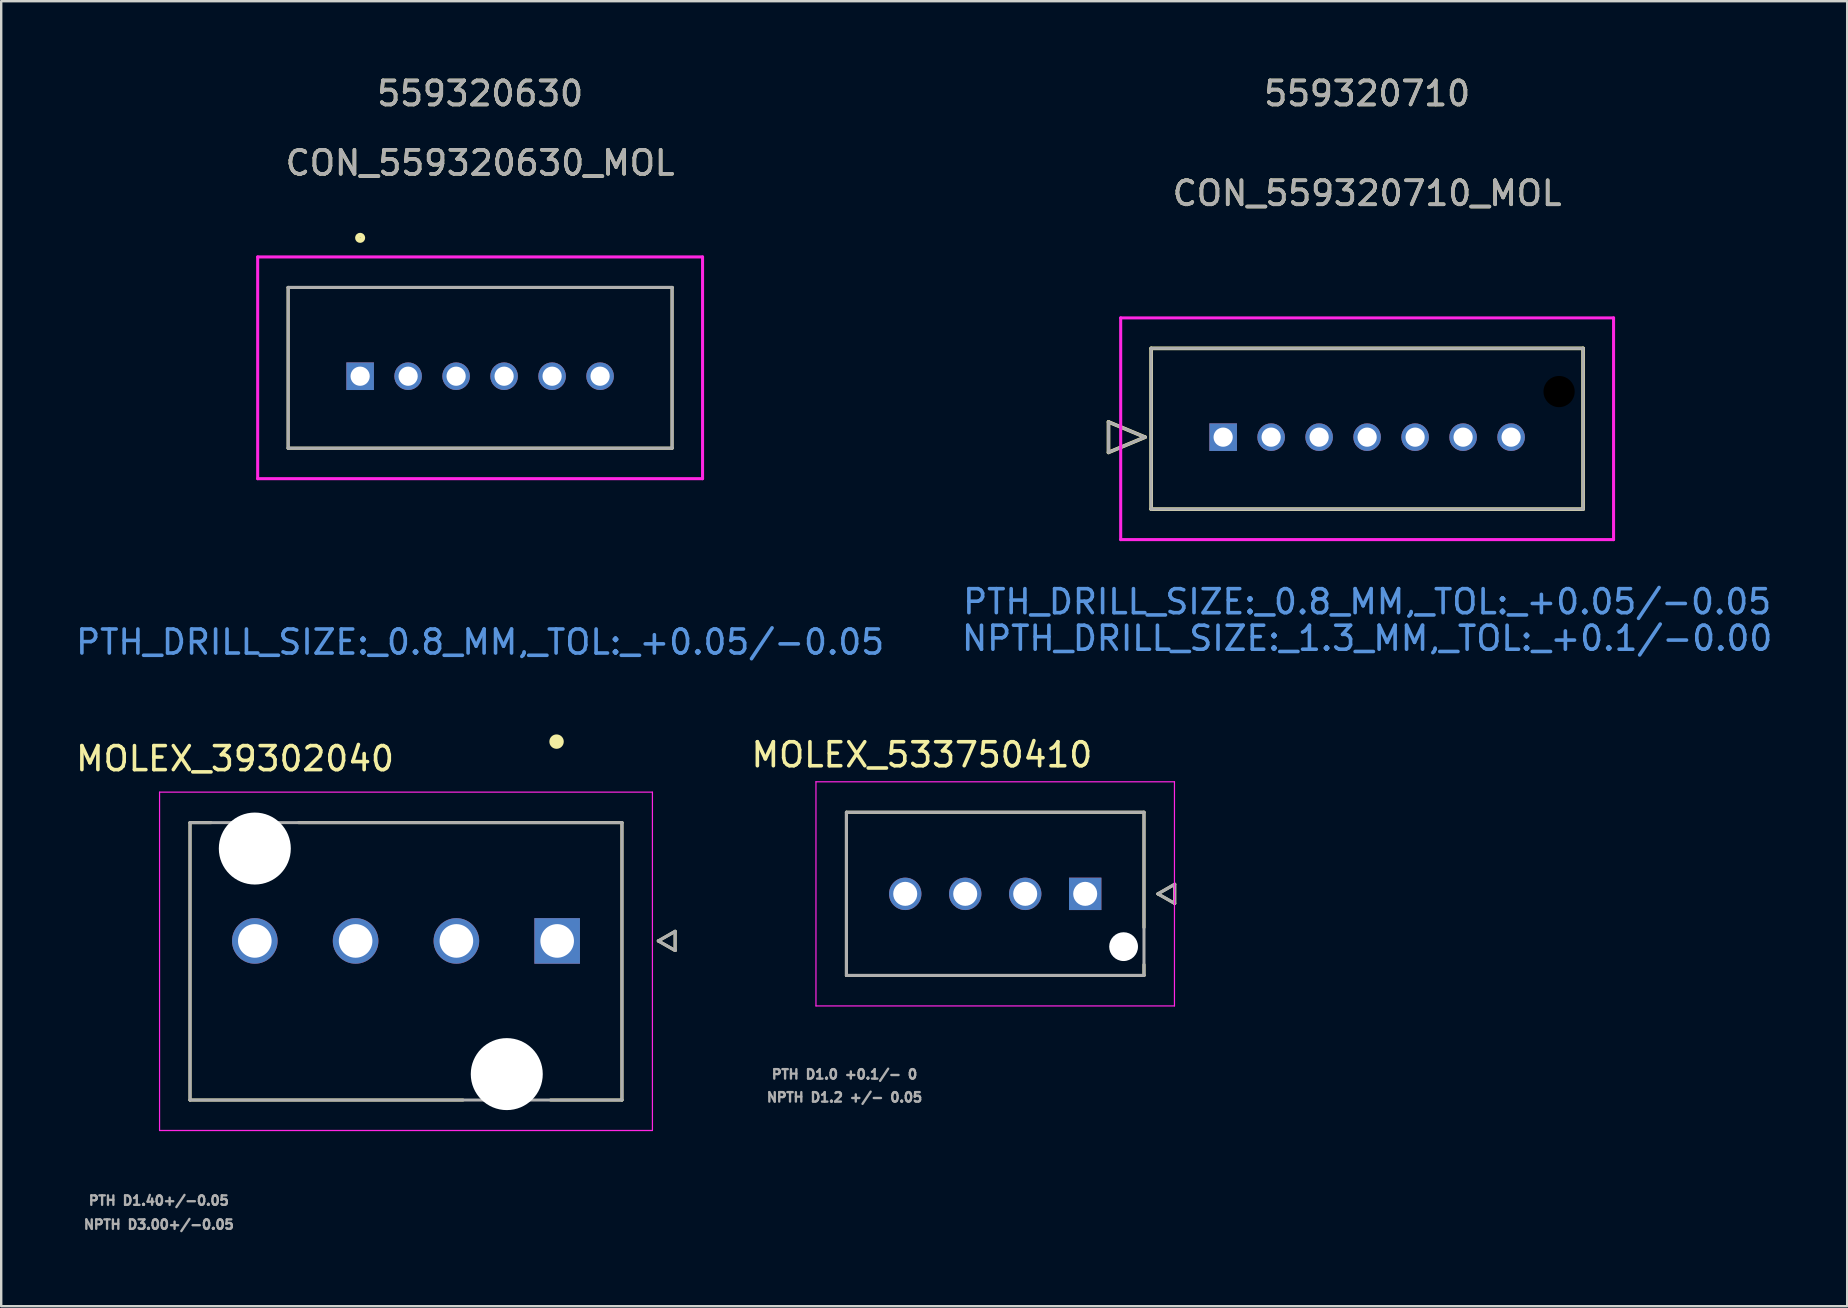
<source format=kicad_pcb>
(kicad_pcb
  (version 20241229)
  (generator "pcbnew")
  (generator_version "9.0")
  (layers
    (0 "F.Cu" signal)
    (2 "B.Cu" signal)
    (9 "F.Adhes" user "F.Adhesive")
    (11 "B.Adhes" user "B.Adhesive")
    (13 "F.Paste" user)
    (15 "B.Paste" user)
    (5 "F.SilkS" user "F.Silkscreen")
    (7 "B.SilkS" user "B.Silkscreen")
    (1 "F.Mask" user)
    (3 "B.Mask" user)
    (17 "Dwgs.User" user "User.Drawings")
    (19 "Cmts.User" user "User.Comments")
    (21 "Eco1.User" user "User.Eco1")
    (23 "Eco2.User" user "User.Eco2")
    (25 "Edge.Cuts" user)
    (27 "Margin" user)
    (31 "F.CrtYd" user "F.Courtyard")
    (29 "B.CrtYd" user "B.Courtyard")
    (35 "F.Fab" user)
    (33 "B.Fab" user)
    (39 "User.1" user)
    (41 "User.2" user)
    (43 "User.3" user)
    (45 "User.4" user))
  (footprint "MOLEX_39302040"
    (layer "F.Cu")
    (at 20.169 36.162)
    (property "Reference" "MOLEX_39302040" (at -13.425 -7.595 0) (layer "F.SilkS") (effects (font (size 1 1) (thickness 0.15))))
    (attr through_hole)
    (fp_circle (center -12.6 -3.85) (end -11.812 -3.85) (stroke (width 1.576) (type solid)) (fill no) (layer "F.Mask"))
    (fp_circle (center -12.6 0) (end -12.087 0) (stroke (width 1.026) (type solid)) (fill no) (layer "F.Mask"))
    (fp_circle (center -8.4 0) (end -7.887 0) (stroke (width 1.026) (type solid)) (fill no) (layer "F.Mask"))
    (fp_circle (center -4.2 0) (end -3.687 0) (stroke (width 1.026) (type solid)) (fill no) (layer "F.Mask"))
    (fp_circle (center -2.1 5.55) (end -1.312 5.55) (stroke (width 1.576) (type solid)) (fill no) (layer "F.Mask"))
    (fp_poly (pts (xy -1.026 -1.026) (xy 1.026 -1.026) (xy 1.026 1.026) (xy -1.026 1.026)) (stroke (width 0.01) (type solid)) (fill yes) (layer "F.Mask"))
    (fp_circle (center -12.6 -3.85) (end -11.812 -3.85) (stroke (width 1.576) (type solid)) (fill no) (layer "B.Mask"))
    (fp_circle (center -12.6 0) (end -12.087 0) (stroke (width 1.026) (type solid)) (fill no) (layer "B.Mask"))
    (fp_circle (center -8.4 0) (end -7.887 0) (stroke (width 1.026) (type solid)) (fill no) (layer "B.Mask"))
    (fp_circle (center -4.2 0) (end -3.687 0) (stroke (width 1.026) (type solid)) (fill no) (layer "B.Mask"))
    (fp_circle (center -2.1 5.55) (end -1.312 5.55) (stroke (width 1.576) (type solid)) (fill no) (layer "B.Mask"))
    (fp_poly (pts (xy -1.026 -1.026) (xy 1.026 -1.026) (xy 1.026 1.026) (xy -1.026 1.026)) (stroke (width 0.01) (type solid)) (fill yes) (layer "B.Mask"))
    (fp_line (start -15.3 -4.93) (end -14.426 -4.93) (stroke (width 0.127) (type solid)) (layer "F.SilkS"))
    (fp_line (start -15.3 6.63) (end -15.3 -4.93) (stroke (width 0.127) (type solid)) (layer "F.SilkS"))
    (fp_line (start -3.926 6.63) (end -15.3 6.63) (stroke (width 0.127) (type solid)) (layer "F.SilkS"))
    (fp_line (start 2.7 -4.93) (end -10.774 -4.93) (stroke (width 0.127) (type solid)) (layer "F.SilkS"))
    (fp_line (start 2.7 -4.93) (end 2.7 6.63) (stroke (width 0.127) (type solid)) (layer "F.SilkS"))
    (fp_line (start 2.7 6.63) (end -0.274 6.63) (stroke (width 0.127) (type solid)) (layer "F.SilkS"))
    (fp_line (start 4.216 0) (end 4.916 0.4) (stroke (width 0.127) (type solid)) (layer "F.SilkS"))
    (fp_line (start 4.916 -0.4) (end 4.216 0) (stroke (width 0.127) (type solid)) (layer "F.SilkS"))
    (fp_line (start 4.916 0.4) (end 4.916 -0.4) (stroke (width 0.127) (type solid)) (layer "F.SilkS"))
    (fp_circle (center -0.025 -8.306) (end 0.175 -8.306) (stroke (width 0.2) (type solid)) (fill yes) (layer "F.SilkS"))
    (fp_line (start -16.57 -6.2) (end 3.97 -6.2) (stroke (width 0.05) (type solid)) (layer "F.CrtYd"))
    (fp_line (start -16.57 7.9) (end -16.57 -6.2) (stroke (width 0.05) (type solid)) (layer "F.CrtYd"))
    (fp_line (start 3.97 -6.2) (end 3.97 7.9) (stroke (width 0.05) (type solid)) (layer "F.CrtYd"))
    (fp_line (start 3.97 7.9) (end -16.57 7.9) (stroke (width 0.05) (type solid)) (layer "F.CrtYd"))
    (fp_line (start -15.3 -4.93) (end 2.7 -4.93) (stroke (width 0.127) (type solid)) (layer "F.Fab"))
    (fp_line (start -15.3 6.63) (end -15.3 -4.93) (stroke (width 0.127) (type solid)) (layer "F.Fab"))
    (fp_line (start 2.7 -4.93) (end 2.7 6.63) (stroke (width 0.127) (type solid)) (layer "F.Fab"))
    (fp_line (start 2.7 6.63) (end -15.3 6.63) (stroke (width 0.127) (type solid)) (layer "F.Fab"))
    (fp_line (start 4.216 0) (end 4.916 0.4) (stroke (width 0.127) (type solid)) (layer "F.Fab"))
    (fp_line (start 4.916 -0.4) (end 4.216 0) (stroke (width 0.127) (type solid)) (layer "F.Fab"))
    (fp_line (start 4.916 0.4) (end 4.916 -0.4) (stroke (width 0.127) (type solid)) (layer "F.Fab"))
    (fp_text user "NPTH D3.00+/-0.05" (at -16.6 11.82 0) (layer "F.Fab") (effects (font (size 0.394 0.394) (thickness 0.15))))
    (fp_text user "PTH D1.40+/-0.05" (at -16.6 10.82 0) (layer "F.Fab") (effects (font (size 0.394 0.394) (thickness 0.15))))
    (pad "" np_thru_hole circle (at -12.6 -3.85) (size 3 3) (drill 3) (layers "*.Cu" "*.Mask"))
    (pad "" np_thru_hole circle (at -2.1 5.55) (size 3 3) (drill 3) (layers "*.Cu" "*.Mask"))
    (pad "1" thru_hole rect (at 0 0) (size 1.9 1.9) (drill 1.4) (layers "*.Cu"))
    (pad "2" thru_hole circle (at -4.2 0) (size 1.9 1.9) (drill 1.4) (layers "*.Cu"))
    (pad "3" thru_hole circle (at -8.4 0) (size 1.9 1.9) (drill 1.4) (layers "*.Cu"))
    (pad "4" thru_hole circle (at -12.6 0) (size 1.9 1.9) (drill 1.4) (layers "*.Cu")))
  (footprint "MOLEX_533750410"
    (layer "F.Cu")
    (at 42.174 34.2)
    (property "Reference" "MOLEX_533750410" (at -6.805 -5.795 0) (layer "F.SilkS") (effects (font (size 1 1) (thickness 0.15))))
    (attr through_hole)
    (fp_circle (center -7.5 0) (end -7.124 0) (stroke (width 0.751) (type solid)) (fill no) (layer "F.Mask"))
    (fp_circle (center -5 0) (end -4.624 0) (stroke (width 0.751) (type solid)) (fill no) (layer "F.Mask"))
    (fp_circle (center -2.5 0) (end -2.124 0) (stroke (width 0.751) (type solid)) (fill no) (layer "F.Mask"))
    (fp_circle (center 1.6 2.2) (end 1.938 2.2) (stroke (width 0.676) (type solid)) (fill no) (layer "F.Mask"))
    (fp_poly (pts (xy -0.751 -0.751) (xy 0.751 -0.751) (xy 0.751 0.751) (xy -0.751 0.751)) (stroke (width 0.01) (type solid)) (fill yes) (layer "F.Mask"))
    (fp_circle (center -7.5 0) (end -7.124 0) (stroke (width 0.751) (type solid)) (fill no) (layer "B.Mask"))
    (fp_circle (center -5 0) (end -4.624 0) (stroke (width 0.751) (type solid)) (fill no) (layer "B.Mask"))
    (fp_circle (center -2.5 0) (end -2.124 0) (stroke (width 0.751) (type solid)) (fill no) (layer "B.Mask"))
    (fp_circle (center 1.6 2.2) (end 1.938 2.2) (stroke (width 0.676) (type solid)) (fill no) (layer "B.Mask"))
    (fp_poly (pts (xy -0.751 -0.751) (xy 0.751 -0.751) (xy 0.751 0.751) (xy -0.751 0.751)) (stroke (width 0.01) (type solid)) (fill yes) (layer "B.Mask"))
    (fp_line (start -9.95 -3.4) (end 2.45 -3.4) (stroke (width 0.127) (type solid)) (layer "F.SilkS"))
    (fp_line (start -9.95 3.4) (end -9.95 -3.4) (stroke (width 0.127) (type solid)) (layer "F.SilkS"))
    (fp_line (start 2.45 -3.4) (end 2.45 1.4) (stroke (width 0.127) (type solid)) (layer "F.SilkS"))
    (fp_line (start 2.45 2.95) (end 2.45 3.4) (stroke (width 0.127) (type solid)) (layer "F.SilkS"))
    (fp_line (start 2.45 3.4) (end -9.95 3.4) (stroke (width 0.127) (type solid)) (layer "F.SilkS"))
    (fp_line (start 3.03 0) (end 3.73 0.4) (stroke (width 0.127) (type solid)) (layer "F.SilkS"))
    (fp_line (start 3.73 -0.4) (end 3.03 0) (stroke (width 0.127) (type solid)) (layer "F.SilkS"))
    (fp_line (start 3.73 0.4) (end 3.73 -0.4) (stroke (width 0.127) (type solid)) (layer "F.SilkS"))
    (fp_line (start -11.22 -4.67) (end 3.72 -4.67) (stroke (width 0.05) (type solid)) (layer "F.CrtYd"))
    (fp_line (start -11.22 4.67) (end -11.22 -4.67) (stroke (width 0.05) (type solid)) (layer "F.CrtYd"))
    (fp_line (start -11.22 4.67) (end 3.72 4.67) (stroke (width 0.05) (type solid)) (layer "F.CrtYd"))
    (fp_line (start 3.72 -4.67) (end 3.72 4.67) (stroke (width 0.05) (type solid)) (layer "F.CrtYd"))
    (fp_line (start -9.95 -3.4) (end 2.45 -3.4) (stroke (width 0.127) (type solid)) (layer "F.Fab"))
    (fp_line (start -9.95 3.4) (end -9.95 -3.4) (stroke (width 0.127) (type solid)) (layer "F.Fab"))
    (fp_line (start 2.45 -3.4) (end 2.45 3.4) (stroke (width 0.127) (type solid)) (layer "F.Fab"))
    (fp_line (start 2.45 3.4) (end -9.95 3.4) (stroke (width 0.127) (type solid)) (layer "F.Fab"))
    (fp_line (start 3.03 0) (end 3.73 0.4) (stroke (width 0.127) (type solid)) (layer "F.Fab"))
    (fp_line (start 3.73 -0.4) (end 3.03 0) (stroke (width 0.127) (type solid)) (layer "F.Fab"))
    (fp_line (start 3.73 0.4) (end 3.73 -0.4) (stroke (width 0.127) (type solid)) (layer "F.Fab"))
    (fp_text user "NPTH D1.2 +/- 0.05" (at -10.03 8.48 0) (layer "F.Fab") (effects (font (size 0.394 0.394) (thickness 0.15))))
    (fp_text user "PTH D1.0 +0.1/- 0" (at -10.03 7.522 0) (layer "F.Fab") (effects (font (size 0.394 0.394) (thickness 0.15))))
    (pad "" np_thru_hole circle (at 1.6 2.2) (size 1.2 1.2) (drill 1.2) (layers "*.Cu" "*.Mask"))
    (pad "1" thru_hole rect (at 0 0) (size 1.35 1.35) (drill 1) (layers "*.Cu"))
    (pad "2" thru_hole circle (at -2.5 0) (size 1.35 1.35) (drill 1) (layers "*.Cu"))
    (pad "3" thru_hole circle (at -5 0) (size 1.35 1.35) (drill 1) (layers "*.Cu"))
    (pad "4" thru_hole circle (at -7.5 0) (size 1.35 1.35) (drill 1) (layers "*.Cu")))
  (footprint "CON_559320630_MOL"
    (layer "F.Cu")
    (at 11.958 12.628)
    (property "Reference" "CON_559320630_MOL" (at 5 -8.89 0) (unlocked yes) (layer "F.SilkS") (effects (font (size 1 1) (thickness 0.15))))
    (attr through_hole)
    (fp_line (start -3 -3.7) (end -3 3) (stroke (width 0.127) (type solid)) (layer "F.SilkS"))
    (fp_line (start -3 3) (end 13 3) (stroke (width 0.127) (type solid)) (layer "F.SilkS"))
    (fp_line (start 13 -3.7) (end -3 -3.7) (stroke (width 0.127) (type solid)) (layer "F.SilkS"))
    (fp_line (start 13 3) (end 13 -3.7) (stroke (width 0.127) (type solid)) (layer "F.SilkS"))
    (fp_circle (center 0 -5.766) (end 0.11 -5.766) (stroke (width 0.2) (type solid)) (fill no) (layer "F.SilkS"))
    (fp_line (start -4.27 -4.97) (end -4.27 4.27) (stroke (width 0.127) (type solid)) (layer "F.CrtYd"))
    (fp_line (start -4.27 4.27) (end 14.27 4.27) (stroke (width 0.127) (type solid)) (layer "F.CrtYd"))
    (fp_line (start 14.27 -4.97) (end -4.27 -4.97) (stroke (width 0.127) (type solid)) (layer "F.CrtYd"))
    (fp_line (start 14.27 4.27) (end 14.27 -4.97) (stroke (width 0.127) (type solid)) (layer "F.CrtYd"))
    (fp_line (start -3 -3.7) (end -3 3) (stroke (width 0.127) (type solid)) (layer "F.Fab"))
    (fp_line (start -3 3) (end 13 3) (stroke (width 0.127) (type solid)) (layer "F.Fab"))
    (fp_line (start 13 -3.7) (end -3 -3.7) (stroke (width 0.127) (type solid)) (layer "F.Fab"))
    (fp_line (start 13 3) (end 13 -3.7) (stroke (width 0.127) (type solid)) (layer "F.Fab"))
    (fp_text user "559320630" (at 5 -11.78 0) (unlocked yes) (layer "F.SilkS") (effects (font (size 1 1) (thickness 0.15))))
    (fp_text user "PTH_DRILL_SIZE:_0.8_MM,_TOL:_+0.05/-0.05" (at 5 11.08 0) (unlocked yes) (layer "Cmts.User") (effects (font (size 1 1) (thickness 0.15))))
    (fp_text user "559320630" (at 5 -11.78 0) (unlocked yes) (layer "F.Fab") (effects (font (size 1 1) (thickness 0.15))))
    (fp_text user "${REFERENCE}" (at 5 -8.89 0) (unlocked yes) (layer "F.Fab") (effects (font (size 1 1) (thickness 0.15))))
    (pad "1" thru_hole rect (at 0 0) (size 1.15 1.15) (drill 0.8) (layers "*.Cu" "*.Mask"))
    (pad "2" thru_hole circle (at 2 0) (size 1.15 1.15) (drill 0.8) (layers "*.Cu" "*.Mask"))
    (pad "3" thru_hole circle (at 4 0) (size 1.15 1.15) (drill 0.8) (layers "*.Cu" "*.Mask"))
    (pad "4" thru_hole circle (at 6 0) (size 1.15 1.15) (drill 0.8) (layers "*.Cu" "*.Mask"))
    (pad "5" thru_hole circle (at 8 0) (size 1.15 1.15) (drill 0.8) (layers "*.Cu" "*.Mask"))
    (pad "6" thru_hole circle (at 10 0) (size 1.15 1.15) (drill 0.8) (layers "*.Cu" "*.Mask")))
  (footprint "CON_559320710_MOL"
    (layer "F.Cu")
    (at 47.923 15.168)
    (property "Reference" "CON_559320710_MOL" (at 6 -10.16 0) (unlocked yes) (layer "F.SilkS") (effects (font (size 1 1) (thickness 0.15))))
    (attr through_hole)
    (fp_line (start -4.778 -0.635) (end -4.778 0.635) (stroke (width 0.152) (type solid)) (layer "F.SilkS"))
    (fp_line (start -4.778 0.635) (end -3.254 0) (stroke (width 0.152) (type solid)) (layer "F.SilkS"))
    (fp_line (start -3.254 0) (end -4.778 -0.635) (stroke (width 0.152) (type solid)) (layer "F.SilkS"))
    (fp_line (start -3 -3.7) (end -3 3) (stroke (width 0.152) (type solid)) (layer "F.SilkS"))
    (fp_line (start -3 3) (end 15 3) (stroke (width 0.152) (type solid)) (layer "F.SilkS"))
    (fp_line (start 15 -3.7) (end -3 -3.7) (stroke (width 0.152) (type solid)) (layer "F.SilkS"))
    (fp_line (start 15 3) (end 15 -3.7) (stroke (width 0.152) (type solid)) (layer "F.SilkS"))
    (fp_line (start -4.27 -4.97) (end -4.27 4.27) (stroke (width 0.127) (type solid)) (layer "F.CrtYd"))
    (fp_line (start -4.27 4.27) (end 16.27 4.27) (stroke (width 0.127) (type solid)) (layer "F.CrtYd"))
    (fp_line (start 16.27 -4.97) (end -4.27 -4.97) (stroke (width 0.127) (type solid)) (layer "F.CrtYd"))
    (fp_line (start 16.27 4.27) (end 16.27 -4.97) (stroke (width 0.127) (type solid)) (layer "F.CrtYd"))
    (fp_line (start -4.778 -0.635) (end -4.778 0.635) (stroke (width 0.127) (type solid)) (layer "F.Fab"))
    (fp_line (start -4.778 0.635) (end -3.254 0) (stroke (width 0.127) (type solid)) (layer "F.Fab"))
    (fp_line (start -3.254 0) (end -4.778 -0.635) (stroke (width 0.127) (type solid)) (layer "F.Fab"))
    (fp_line (start -3 -3.7) (end -3 3) (stroke (width 0.127) (type solid)) (layer "F.Fab"))
    (fp_line (start -3 3) (end 15 3) (stroke (width 0.127) (type solid)) (layer "F.Fab"))
    (fp_line (start 15 -3.7) (end -3 -3.7) (stroke (width 0.127) (type solid)) (layer "F.Fab"))
    (fp_line (start 15 3) (end 15 -3.7) (stroke (width 0.127) (type solid)) (layer "F.Fab"))
    (fp_text user "559320710" (at 6 -14.32 0) (unlocked yes) (layer "F.SilkS") (effects (font (size 1 1) (thickness 0.15))))
    (fp_text user "NPTH_DRILL_SIZE:_1.3_MM,_TOL:_+0.1/-0.00" (at 6 8.382 0) (unlocked yes) (layer "Cmts.User") (effects (font (size 1 1) (thickness 0.15))))
    (fp_text user "PTH_DRILL_SIZE:_0.8_MM,_TOL:_+0.05/-0.05" (at 6 6.858 0) (unlocked yes) (layer "Cmts.User") (effects (font (size 1 1) (thickness 0.15))))
    (fp_text user "559320710" (at 6 -14.32 0) (unlocked yes) (layer "F.Fab") (effects (font (size 1 1) (thickness 0.15))))
    (fp_text user "${REFERENCE}" (at 6 -10.16 0) (unlocked yes) (layer "F.Fab") (effects (font (size 1 1) (thickness 0.15))))
    (pad "" np_thru_hole circle (at 14 -1.9) (size 1.3 1.3) (drill 1.3) (layers))
    (pad "1" thru_hole rect (at 0 0) (size 1.15 1.15) (drill 0.8) (layers "*.Cu" "*.Mask"))
    (pad "2" thru_hole circle (at 2 0) (size 1.15 1.15) (drill 0.8) (layers "*.Cu" "*.Mask"))
    (pad "3" thru_hole circle (at 4 0) (size 1.15 1.15) (drill 0.8) (layers "*.Cu" "*.Mask"))
    (pad "4" thru_hole circle (at 6 0) (size 1.15 1.15) (drill 0.8) (layers "*.Cu" "*.Mask"))
    (pad "5" thru_hole circle (at 8 0) (size 1.15 1.15) (drill 0.8) (layers "*.Cu" "*.Mask"))
    (pad "6" thru_hole circle (at 10 0) (size 1.15 1.15) (drill 0.8) (layers "*.Cu" "*.Mask"))
    (pad "7" thru_hole circle (at 12 0) (size 1.15 1.15) (drill 0.8) (layers "*.Cu" "*.Mask")))
  (gr_rect
    (start -3 -3)
    (end 73.929 51.385)
    (stroke (width 0.1) (type default))
    (fill no)
    (layer "Edge.Cuts")))
</source>
